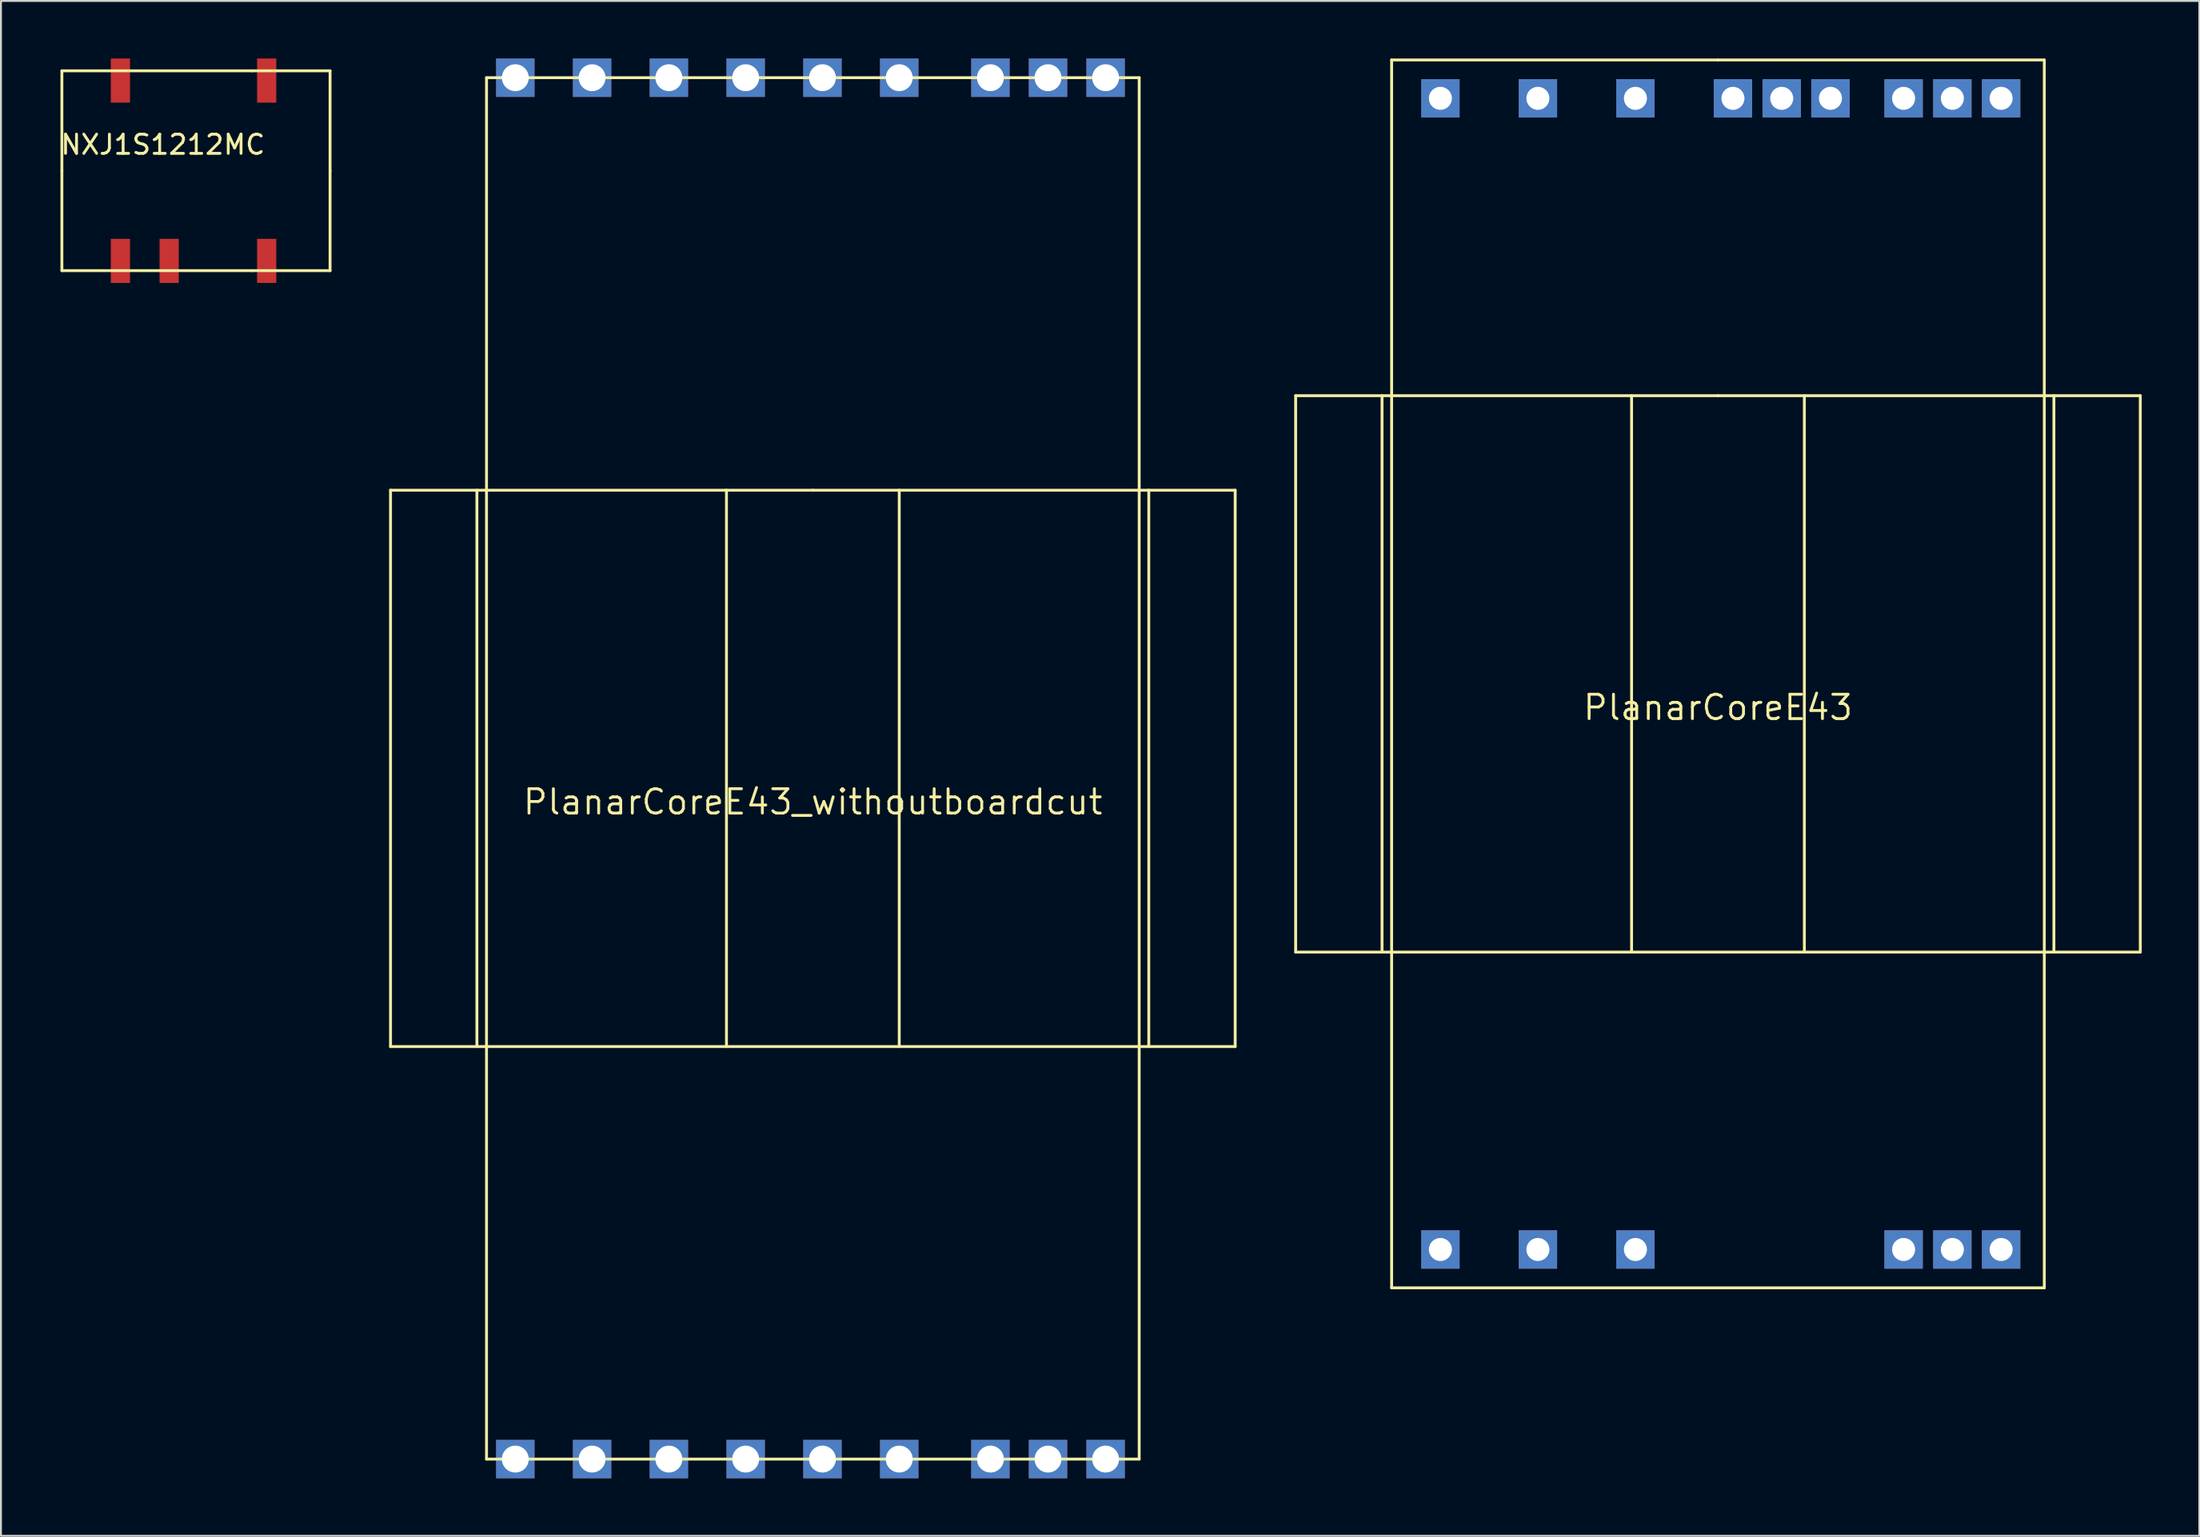
<source format=kicad_pcb>
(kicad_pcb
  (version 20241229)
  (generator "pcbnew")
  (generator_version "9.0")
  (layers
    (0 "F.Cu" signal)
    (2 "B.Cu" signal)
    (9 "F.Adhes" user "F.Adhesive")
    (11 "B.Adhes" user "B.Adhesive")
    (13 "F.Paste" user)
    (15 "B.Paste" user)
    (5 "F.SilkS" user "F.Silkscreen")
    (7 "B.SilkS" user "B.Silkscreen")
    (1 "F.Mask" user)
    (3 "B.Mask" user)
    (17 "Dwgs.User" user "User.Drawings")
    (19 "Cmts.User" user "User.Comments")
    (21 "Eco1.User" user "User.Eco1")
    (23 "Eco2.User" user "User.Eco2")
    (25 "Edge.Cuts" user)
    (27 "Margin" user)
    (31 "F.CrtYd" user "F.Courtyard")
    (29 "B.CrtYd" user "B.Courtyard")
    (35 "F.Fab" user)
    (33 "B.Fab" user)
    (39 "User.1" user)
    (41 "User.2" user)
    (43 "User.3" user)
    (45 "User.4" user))
  (footprint "PlanarCoreE43_withoutboardcut"
    (layer "F.Cu")
    (at 39.294 37)
    (property "Reference" "PlanarCoreE43_withoutboardcut" (at 0 1.75 0) (layer "F.SilkS") (effects (font (size 1.27 1.27) (thickness 0.15))))
    (attr through_hole)
    (fp_line (start -22 -14.5) (end 0 -14.5) (stroke (width 0.15) (type solid)) (layer "F.SilkS"))
    (fp_line (start -22 14.5) (end -22 -14.5) (stroke (width 0.15) (type solid)) (layer "F.SilkS"))
    (fp_line (start -17.5 14.5) (end -17.5 -14.5) (stroke (width 0.15) (type solid)) (layer "F.SilkS"))
    (fp_line (start -17 -36) (end -17 -14.5) (stroke (width 0.15) (type solid)) (layer "F.SilkS"))
    (fp_line (start -17 36) (end -17 -14.5) (stroke (width 0.15) (type solid)) (layer "F.SilkS"))
    (fp_line (start -4.5 -14.5) (end -4.5 14.5) (stroke (width 0.15) (type solid)) (layer "F.SilkS"))
    (fp_line (start 0 -36) (end -17 -36) (stroke (width 0.15) (type solid)) (layer "F.SilkS"))
    (fp_line (start 0 -36) (end 17 -36) (stroke (width 0.15) (type solid)) (layer "F.SilkS"))
    (fp_line (start 0 -14.5) (end 22 -14.5) (stroke (width 0.15) (type solid)) (layer "F.SilkS"))
    (fp_line (start 4.5 14.5) (end 4.5 -14.5) (stroke (width 0.15) (type solid)) (layer "F.SilkS"))
    (fp_line (start 17 -36) (end 17 36) (stroke (width 0.15) (type solid)) (layer "F.SilkS"))
    (fp_line (start 17 36) (end -17 36) (stroke (width 0.15) (type solid)) (layer "F.SilkS"))
    (fp_line (start 17.5 14.5) (end 17.5 -14.5) (stroke (width 0.15) (type solid)) (layer "F.SilkS"))
    (fp_line (start 22 -14.5) (end 22 14.5) (stroke (width 0.15) (type solid)) (layer "F.SilkS"))
    (fp_line (start 22 14.5) (end -22 14.5) (stroke (width 0.15) (type solid)) (layer "F.SilkS"))
    (pad "1" thru_hole rect (at -15.5 -36) (size 2 2) (drill 1.4) (layers "*.Cu" "*.Mask"))
    (pad "2" thru_hole rect (at -11.5 -36) (size 2 2) (drill 1.4) (layers "*.Cu" "*.Mask"))
    (pad "3" thru_hole rect (at -7.5 -36) (size 2 2) (drill 1.4) (layers "*.Cu" "*.Mask"))
    (pad "4" thru_hole rect (at -3.5 -36) (size 2 2) (drill 1.4) (layers "*.Cu" "*.Mask"))
    (pad "5" thru_hole rect (at 0.5 -36) (size 2 2) (drill 1.4) (layers "*.Cu" "*.Mask"))
    (pad "6" thru_hole rect (at 4.5 -36) (size 2 2) (drill 1.4) (layers "*.Cu" "*.Mask"))
    (pad "7" thru_hole rect (at 9.25 -36) (size 2 2) (drill 1.4) (layers "*.Cu" "*.Mask"))
    (pad "8" thru_hole rect (at 12.25 -36) (size 2 2) (drill 1.4) (layers "*.Cu" "*.Mask"))
    (pad "9" thru_hole rect (at 15.25 -36) (size 2 2) (drill 1.4) (layers "*.Cu" "*.Mask"))
    (pad "10" thru_hole rect (at -15.5 36) (size 2 2) (drill 1.4) (layers "*.Cu" "*.Mask"))
    (pad "11" thru_hole rect (at -11.5 36) (size 2 2) (drill 1.4) (layers "*.Cu" "*.Mask"))
    (pad "12" thru_hole rect (at -7.5 36) (size 2 2) (drill 1.4) (layers "*.Cu" "*.Mask"))
    (pad "13" thru_hole rect (at -3.5 36) (size 2 2) (drill 1.4) (layers "*.Cu" "*.Mask"))
    (pad "14" thru_hole rect (at 0.5 36) (size 2 2) (drill 1.4) (layers "*.Cu" "*.Mask"))
    (pad "15" thru_hole rect (at 4.5 36) (size 2 2) (drill 1.4) (layers "*.Cu" "*.Mask"))
    (pad "16" thru_hole rect (at 9.25 36) (size 2 2) (drill 1.4) (layers "*.Cu" "*.Mask"))
    (pad "17" thru_hole rect (at 12.25 36) (size 2 2) (drill 1.4) (layers "*.Cu" "*.Mask"))
    (pad "18" thru_hole rect (at 15.25 36) (size 2 2) (drill 1.4) (layers "*.Cu" "*.Mask")))
  (footprint "PlanarCoreE43"
    (layer "F.Cu")
    (at 86.444 32.075)
    (property "Reference" "PlanarCoreE43" (at 0 1.75 0) (layer "F.SilkS") (effects (font (size 1.27 1.27) (thickness 0.15))))
    (attr through_hole)
    (fp_line (start -22 -14.5) (end 0 -14.5) (stroke (width 0.15) (type solid)) (layer "F.SilkS"))
    (fp_line (start -22 14.5) (end -22 -14.5) (stroke (width 0.15) (type solid)) (layer "F.SilkS"))
    (fp_line (start -17.5 14.5) (end -17.5 -14.5) (stroke (width 0.15) (type solid)) (layer "F.SilkS"))
    (fp_line (start -17 -32) (end -17 -14.5) (stroke (width 0.15) (type solid)) (layer "F.SilkS"))
    (fp_line (start -17 32) (end -17 -14.5) (stroke (width 0.15) (type solid)) (layer "F.SilkS"))
    (fp_line (start -4.5 -14.5) (end -4.5 14.5) (stroke (width 0.15) (type solid)) (layer "F.SilkS"))
    (fp_line (start 0 -32) (end -17 -32) (stroke (width 0.15) (type solid)) (layer "F.SilkS"))
    (fp_line (start 0 -32) (end 17 -32) (stroke (width 0.15) (type solid)) (layer "F.SilkS"))
    (fp_line (start 0 -14.5) (end 22 -14.5) (stroke (width 0.15) (type solid)) (layer "F.SilkS"))
    (fp_line (start 4.5 14.5) (end 4.5 -14.5) (stroke (width 0.15) (type solid)) (layer "F.SilkS"))
    (fp_line (start 17 -32) (end 17 32) (stroke (width 0.15) (type solid)) (layer "F.SilkS"))
    (fp_line (start 17 32) (end -17 32) (stroke (width 0.15) (type solid)) (layer "F.SilkS"))
    (fp_line (start 17.5 14.5) (end 17.5 -14.5) (stroke (width 0.15) (type solid)) (layer "F.SilkS"))
    (fp_line (start 22 -14.5) (end 22 14.5) (stroke (width 0.15) (type solid)) (layer "F.SilkS"))
    (fp_line (start 22 14.5) (end -22 14.5) (stroke (width 0.15) (type solid)) (layer "F.SilkS"))
    (pad "1" thru_hole rect (at -14.46 -30) (size 2 2) (drill 1.2) (layers "*.Cu" "*.Mask"))
    (pad "2" thru_hole rect (at -9.38 -30) (size 2 2) (drill 1.2) (layers "*.Cu" "*.Mask"))
    (pad "3" thru_hole rect (at -4.3 -30) (size 2 2) (drill 1.2) (layers "*.Cu" "*.Mask"))
    (pad "4" thru_hole rect (at 0.78 -30) (size 2 2) (drill 1.2) (layers "*.Cu" "*.Mask"))
    (pad "5" thru_hole rect (at 3.32 -30) (size 2 2) (drill 1.2) (layers "*.Cu" "*.Mask"))
    (pad "6" thru_hole rect (at 5.86 -30) (size 2 2) (drill 1.2) (layers "*.Cu" "*.Mask"))
    (pad "7" thru_hole rect (at 9.67 -30) (size 2 2) (drill 1.2) (layers "*.Cu" "*.Mask"))
    (pad "8" thru_hole rect (at 12.21 -30) (size 2 2) (drill 1.2) (layers "*.Cu" "*.Mask"))
    (pad "9" thru_hole rect (at 14.75 -30) (size 2 2) (drill 1.2) (layers "*.Cu" "*.Mask"))
    (pad "10" thru_hole rect (at -14.46 30) (size 2 2) (drill 1.2) (layers "*.Cu" "*.Mask"))
    (pad "11" thru_hole rect (at -9.38 30) (size 2 2) (drill 1.2) (layers "*.Cu" "*.Mask"))
    (pad "12" thru_hole rect (at -4.3 30) (size 2 2) (drill 1.2) (layers "*.Cu" "*.Mask"))
    (pad "16" thru_hole rect (at 9.67 30) (size 2 2) (drill 1.2) (layers "*.Cu" "*.Mask"))
    (pad "17" thru_hole rect (at 12.21 30) (size 2 2) (drill 1.2) (layers "*.Cu" "*.Mask"))
    (pad "18" thru_hole rect (at 14.75 30) (size 2 2) (drill 1.2) (layers "*.Cu" "*.Mask")))
  (footprint "NXJ1S1212MC"
    (layer "F.Cu")
    (at 7.032 5.849)
    (property "Reference" "NXJ1S1212MC" (at -1.597 -1.361 0) (layer "F.SilkS") (effects (font (size 1 1) (thickness 0.15))))
    (attr through_hole)
    (fp_line (start -6.858 -5.207) (end -6.858 0) (stroke (width 0.15) (type solid)) (layer "F.SilkS"))
    (fp_line (start -6.858 -5.207) (end 3.048 -5.207) (stroke (width 0.15) (type solid)) (layer "F.SilkS"))
    (fp_line (start -6.858 0) (end -6.858 5.207) (stroke (width 0.15) (type solid)) (layer "F.SilkS"))
    (fp_line (start -6.858 5.207) (end 3.048 5.207) (stroke (width 0.15) (type solid)) (layer "F.SilkS"))
    (fp_line (start 3.048 -5.207) (end 7.112 -5.207) (stroke (width 0.15) (type solid)) (layer "F.SilkS"))
    (fp_line (start 3.048 5.207) (end 7.112 5.207) (stroke (width 0.15) (type solid)) (layer "F.SilkS"))
    (fp_line (start 7.112 -5.207) (end 7.112 0) (stroke (width 0.15) (type solid)) (layer "F.SilkS"))
    (fp_line (start 7.112 0) (end 7.112 5.207) (stroke (width 0.15) (type solid)) (layer "F.SilkS"))
    (pad "1" smd rect (at -3.81 4.699) (size 1 2.3) (layers "F.Cu" "F.Mask" "F.Paste"))
    (pad "3" smd rect (at -1.27 4.699) (size 1 2.3) (layers "F.Cu" "F.Mask" "F.Paste"))
    (pad "7" smd rect (at 3.81 4.699) (size 1 2.3) (layers "F.Cu" "F.Mask" "F.Paste"))
    (pad "8" smd rect (at 3.81 -4.699) (size 1 2.3) (layers "F.Cu" "F.Mask" "F.Paste"))
    (pad "14" smd rect (at -3.81 -4.699) (size 1 2.3) (layers "F.Cu" "F.Mask" "F.Paste")))
  (gr_rect
    (start -3 -3)
    (end 111.519 77)
    (stroke (width 0.1) (type default))
    (fill no)
    (layer "Edge.Cuts")))
</source>
